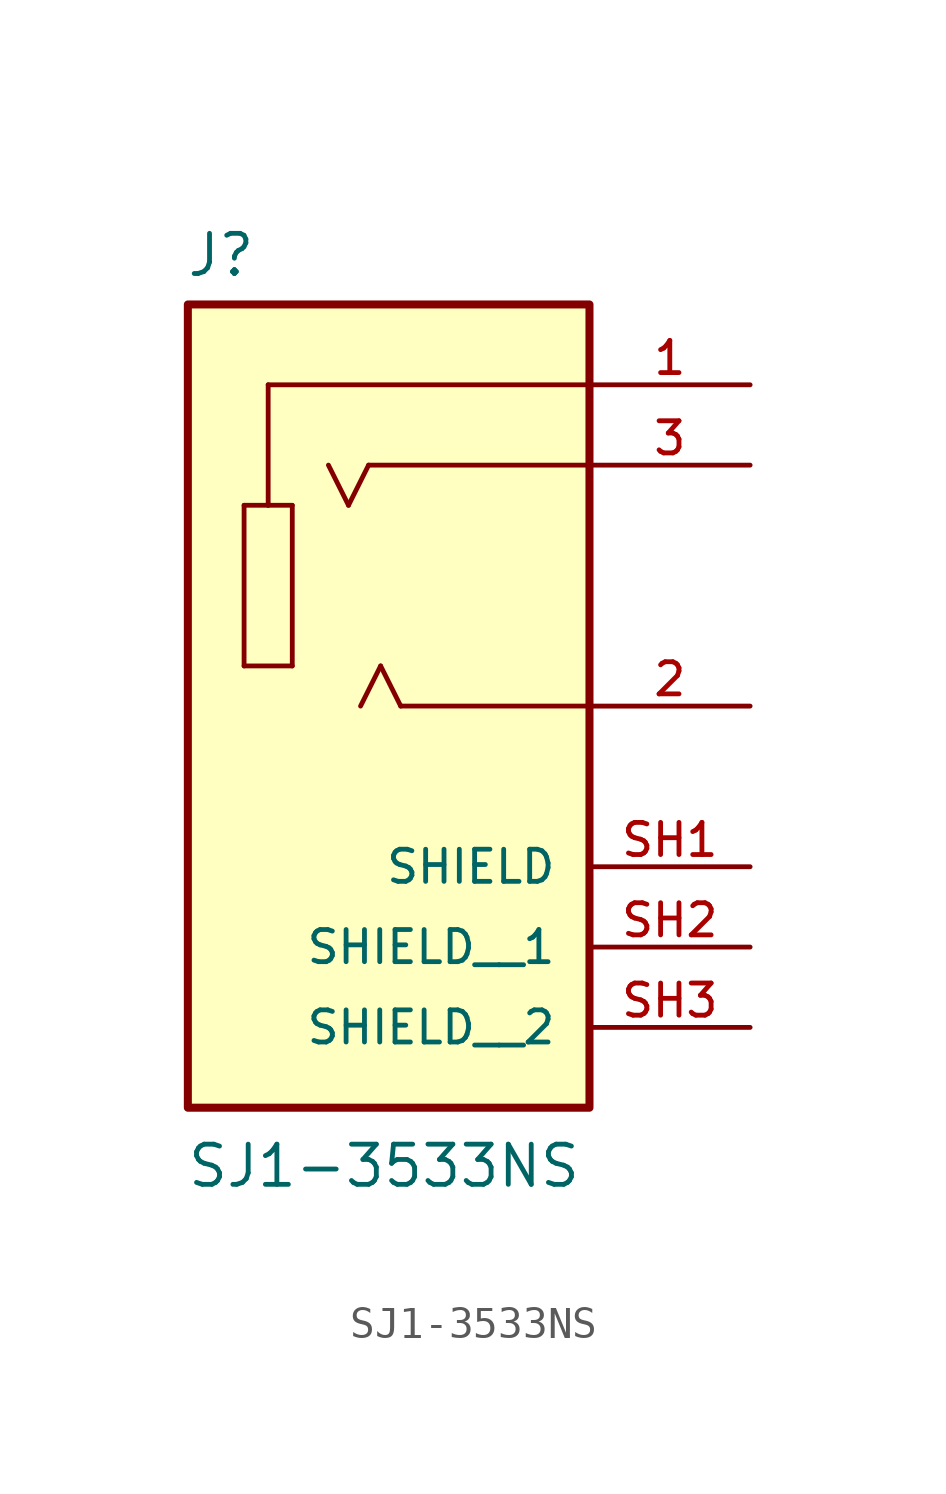
<source format=kicad_sym>
(kicad_symbol_lib
  (version 20211014)
  (generator kicad_symbol_editor)
  (symbol "SJ1-3533NS"
    (pin_names
      (offset 1.016))
    (property "Reference" "J"
      (at -7.7 10.976 0)
      (effects (font (size 1.27 1.27)) (justify bottom left)))
    (property "Value" "SJ1-3533NS"
      (at -7.687 -17.826 0)
      (effects (font (size 1.27 1.27)) (justify bottom left)))
    (symbol "SJ1-3533NS_0_0"
      (polyline (pts (xy -0.889 -2.54) (xy -1.524 -1.27)) (stroke (width 0.152)))
      (polyline (pts (xy -1.524 -1.27) (xy -2.159 -2.54)) (stroke (width 0.152)))
      (polyline (pts (xy 5.08 5.08) (xy -1.905 5.08)) (stroke (width 0.152)))
      (polyline (pts (xy -1.905 5.08) (xy -2.54 3.81)) (stroke (width 0.152)))
      (polyline (pts (xy -2.54 3.81) (xy -3.175 5.08)) (stroke (width 0.152)))
      (polyline (pts (xy -4.318 3.81) (xy -4.318 -1.27)) (stroke (width 0.152)))
      (polyline (pts (xy -4.318 -1.27) (xy -5.842 -1.27)) (stroke (width 0.152)))
      (polyline (pts (xy -5.842 -1.27) (xy -5.842 3.81)) (stroke (width 0.152)))
      (polyline (pts (xy -5.842 3.81) (xy -5.08 3.81)) (stroke (width 0.152)))
      (polyline (pts (xy -5.08 3.81) (xy -4.318 3.81)) (stroke (width 0.152)))
      (polyline (pts (xy 5.08 7.62) (xy -5.08 7.62)) (stroke (width 0.152)))
      (polyline (pts (xy -5.08 7.62) (xy -5.08 3.81)) (stroke (width 0.152)))
      (polyline (pts (xy 5.08 -2.54) (xy -0.889 -2.54)) (stroke (width 0.152)))
      (rectangle (start -7.62 -15.24) (end 5.08 10.16) (stroke (width 0.254)) (fill (type background)))
      (pin passive line (at 10.16 7.62 180.0) (length 5.08) (name "~" (effects (font (size 1.016 1.016)))) (number "1" (effects (font (size 1.016 1.016)))))
      (pin passive line (at 10.16 -2.54 180.0) (length 5.08) (name "~" (effects (font (size 1.016 1.016)))) (number "2" (effects (font (size 1.016 1.016)))))
      (pin passive line (at 10.16 5.08 180.0) (length 5.08) (name "~" (effects (font (size 1.016 1.016)))) (number "3" (effects (font (size 1.016 1.016)))))
      (pin passive line (at 10.16 -7.62 180.0) (length 5.08) (name "SHIELD" (effects (font (size 1.016 1.016)))) (number "SH1" (effects (font (size 1.016 1.016)))))
      (pin passive line (at 10.16 -10.16 180.0) (length 5.08) (name "SHIELD__1" (effects (font (size 1.016 1.016)))) (number "SH2" (effects (font (size 1.016 1.016)))))
      (pin passive line (at 10.16 -12.7 180.0) (length 5.08) (name "SHIELD__2" (effects (font (size 1.016 1.016)))) (number "SH3" (effects (font (size 1.016 1.016))))))))
</source>
